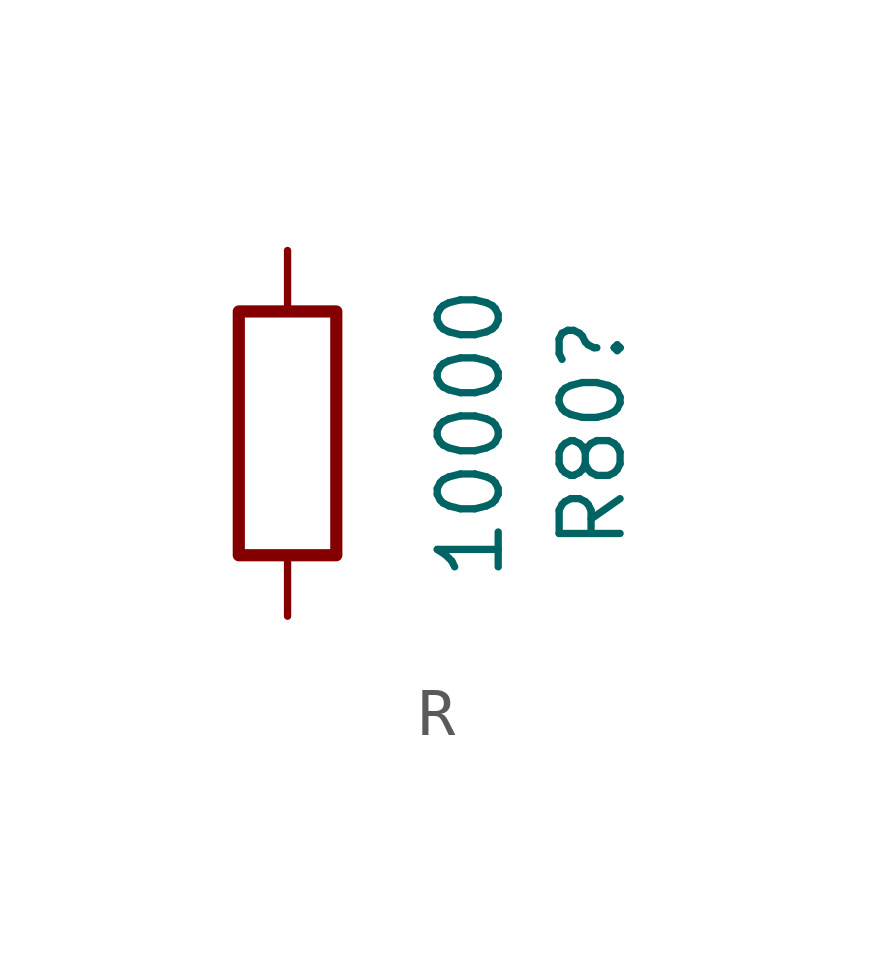
<source format=kicad_sym>
(kicad_symbol_lib
  (version 20231120)
  (generator "kicad_symbol_editor")
  (generator_version "8.0")
  (symbol "R"
    (pin_numbers hide)
    (pin_names
      (offset 0))
    (property "Reference" "R80"
      (at 6.35 0 90)
      (effects (font (size 1.27 1.27))))
    (property "Value" "10000"
      (at 3.81 0 90)
      (effects (font (size 1.27 1.27))))
    (symbol "R_0_1"
      (rectangle (start -1.016 -2.54) (end 1.016 2.54) (stroke (width 0.254) (type default)) (fill (type none))))
    (symbol "R_1_1"
      (pin passive line (at 0 3.81 270) (length 1.27) (name "~" (effects (font (size 1.27 1.27)))) (number "1" (effects (font (size 1.27 1.27)))))
      (pin passive line (at 0 -3.81 90) (length 1.27) (name "~" (effects (font (size 1.27 1.27)))) (number "2" (effects (font (size 1.27 1.27))))))))
</source>
